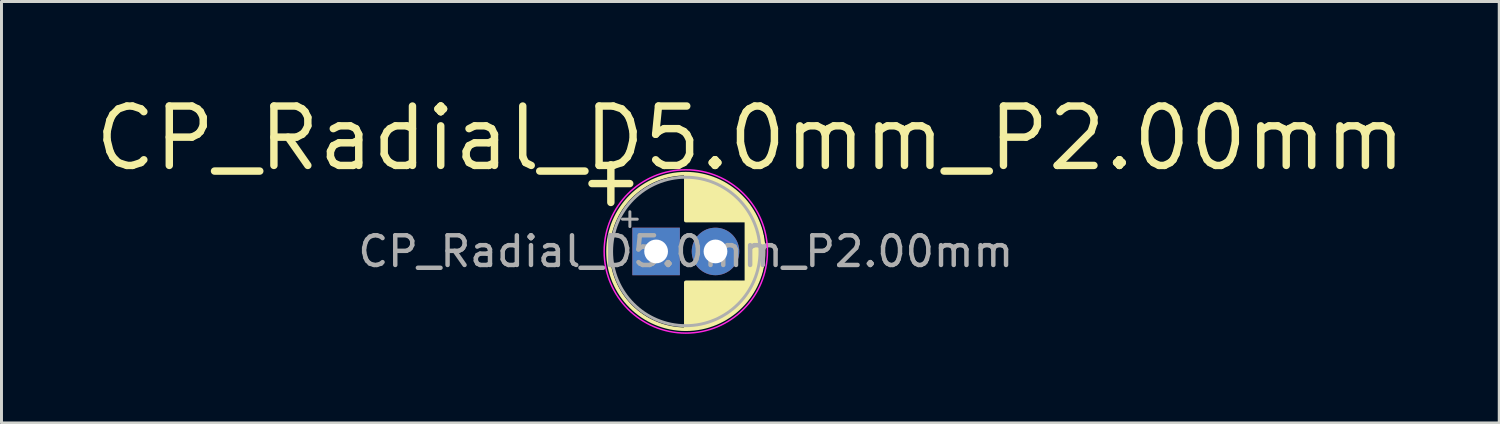
<source format=kicad_pcb>
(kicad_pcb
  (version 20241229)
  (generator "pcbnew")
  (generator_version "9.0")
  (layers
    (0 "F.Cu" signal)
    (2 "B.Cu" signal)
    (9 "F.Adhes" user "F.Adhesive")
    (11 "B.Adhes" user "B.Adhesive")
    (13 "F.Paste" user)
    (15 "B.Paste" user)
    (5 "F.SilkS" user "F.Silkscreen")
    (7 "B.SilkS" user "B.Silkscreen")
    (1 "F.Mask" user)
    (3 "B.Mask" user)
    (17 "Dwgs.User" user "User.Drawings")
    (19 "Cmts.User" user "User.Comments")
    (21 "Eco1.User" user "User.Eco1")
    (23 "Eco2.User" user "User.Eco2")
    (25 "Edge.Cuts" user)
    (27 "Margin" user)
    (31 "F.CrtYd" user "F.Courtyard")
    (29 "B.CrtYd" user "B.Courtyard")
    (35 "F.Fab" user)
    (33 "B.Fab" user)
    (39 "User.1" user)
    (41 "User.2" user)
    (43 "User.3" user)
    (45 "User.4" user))
  (footprint "CP_Radial_D5.0mm_P2.00mm"
    (layer "F.Cu")
    (at 19.048 5.419)
    (property "Reference" "CP_Radial_D5.0mm_P2.00mm" (at 3.175 -3.81 0) (layer "F.SilkS") (effects (font (size 2 2) (thickness 0.25))))
    (attr through_hole)
    (fp_line (start -1.524 -2.921) (end -1.524 -1.651) (stroke (width 0.25) (type solid)) (layer "F.SilkS"))
    (fp_line (start -0.889 -2.286) (end -2.159 -2.286) (stroke (width 0.25) (type solid)) (layer "F.SilkS"))
    (fp_line (start 1 -2.58) (end 1 -1.04) (stroke (width 0.12) (type solid)) (layer "F.SilkS"))
    (fp_line (start 1 1.04) (end 1 2.58) (stroke (width 0.12) (type solid)) (layer "F.SilkS"))
    (fp_line (start 1.04 -2.58) (end 1.04 -1.04) (stroke (width 0.12) (type solid)) (layer "F.SilkS"))
    (fp_line (start 1.04 1.04) (end 1.04 2.58) (stroke (width 0.12) (type solid)) (layer "F.SilkS"))
    (fp_line (start 1.08 -2.579) (end 1.08 -1.04) (stroke (width 0.12) (type solid)) (layer "F.SilkS"))
    (fp_line (start 1.08 1.04) (end 1.08 2.579) (stroke (width 0.12) (type solid)) (layer "F.SilkS"))
    (fp_line (start 1.12 -2.578) (end 1.12 -1.04) (stroke (width 0.12) (type solid)) (layer "F.SilkS"))
    (fp_line (start 1.12 1.04) (end 1.12 2.578) (stroke (width 0.12) (type solid)) (layer "F.SilkS"))
    (fp_line (start 1.16 -2.576) (end 1.16 -1.04) (stroke (width 0.12) (type solid)) (layer "F.SilkS"))
    (fp_line (start 1.16 1.04) (end 1.16 2.576) (stroke (width 0.12) (type solid)) (layer "F.SilkS"))
    (fp_line (start 1.2 -2.573) (end 1.2 -1.04) (stroke (width 0.12) (type solid)) (layer "F.SilkS"))
    (fp_line (start 1.2 1.04) (end 1.2 2.573) (stroke (width 0.12) (type solid)) (layer "F.SilkS"))
    (fp_line (start 1.24 -2.569) (end 1.24 -1.04) (stroke (width 0.12) (type solid)) (layer "F.SilkS"))
    (fp_line (start 1.24 1.04) (end 1.24 2.569) (stroke (width 0.12) (type solid)) (layer "F.SilkS"))
    (fp_line (start 1.28 -2.565) (end 1.28 -1.04) (stroke (width 0.12) (type solid)) (layer "F.SilkS"))
    (fp_line (start 1.28 1.04) (end 1.28 2.565) (stroke (width 0.12) (type solid)) (layer "F.SilkS"))
    (fp_line (start 1.32 -2.561) (end 1.32 -1.04) (stroke (width 0.12) (type solid)) (layer "F.SilkS"))
    (fp_line (start 1.32 1.04) (end 1.32 2.561) (stroke (width 0.12) (type solid)) (layer "F.SilkS"))
    (fp_line (start 1.36 -2.556) (end 1.36 -1.04) (stroke (width 0.12) (type solid)) (layer "F.SilkS"))
    (fp_line (start 1.36 1.04) (end 1.36 2.556) (stroke (width 0.12) (type solid)) (layer "F.SilkS"))
    (fp_line (start 1.4 -2.55) (end 1.4 -1.04) (stroke (width 0.12) (type solid)) (layer "F.SilkS"))
    (fp_line (start 1.4 1.04) (end 1.4 2.55) (stroke (width 0.12) (type solid)) (layer "F.SilkS"))
    (fp_line (start 1.44 -2.543) (end 1.44 -1.04) (stroke (width 0.12) (type solid)) (layer "F.SilkS"))
    (fp_line (start 1.44 1.04) (end 1.44 2.543) (stroke (width 0.12) (type solid)) (layer "F.SilkS"))
    (fp_line (start 1.48 -2.536) (end 1.48 -1.04) (stroke (width 0.12) (type solid)) (layer "F.SilkS"))
    (fp_line (start 1.48 1.04) (end 1.48 2.536) (stroke (width 0.12) (type solid)) (layer "F.SilkS"))
    (fp_line (start 1.52 -2.528) (end 1.52 -1.04) (stroke (width 0.12) (type solid)) (layer "F.SilkS"))
    (fp_line (start 1.52 1.04) (end 1.52 2.528) (stroke (width 0.12) (type solid)) (layer "F.SilkS"))
    (fp_line (start 1.56 -2.52) (end 1.56 -1.04) (stroke (width 0.12) (type solid)) (layer "F.SilkS"))
    (fp_line (start 1.56 1.04) (end 1.56 2.52) (stroke (width 0.12) (type solid)) (layer "F.SilkS"))
    (fp_line (start 1.6 -2.511) (end 1.6 -1.04) (stroke (width 0.12) (type solid)) (layer "F.SilkS"))
    (fp_line (start 1.6 1.04) (end 1.6 2.511) (stroke (width 0.12) (type solid)) (layer "F.SilkS"))
    (fp_line (start 1.64 -2.501) (end 1.64 -1.04) (stroke (width 0.12) (type solid)) (layer "F.SilkS"))
    (fp_line (start 1.64 1.04) (end 1.64 2.501) (stroke (width 0.12) (type solid)) (layer "F.SilkS"))
    (fp_line (start 1.68 -2.491) (end 1.68 -1.04) (stroke (width 0.12) (type solid)) (layer "F.SilkS"))
    (fp_line (start 1.68 1.04) (end 1.68 2.491) (stroke (width 0.12) (type solid)) (layer "F.SilkS"))
    (fp_line (start 1.721 -2.48) (end 1.721 -1.04) (stroke (width 0.12) (type solid)) (layer "F.SilkS"))
    (fp_line (start 1.721 1.04) (end 1.721 2.48) (stroke (width 0.12) (type solid)) (layer "F.SilkS"))
    (fp_line (start 1.761 -2.468) (end 1.761 -1.04) (stroke (width 0.12) (type solid)) (layer "F.SilkS"))
    (fp_line (start 1.761 1.04) (end 1.761 2.468) (stroke (width 0.12) (type solid)) (layer "F.SilkS"))
    (fp_line (start 1.801 -2.455) (end 1.801 -1.04) (stroke (width 0.12) (type solid)) (layer "F.SilkS"))
    (fp_line (start 1.801 1.04) (end 1.801 2.455) (stroke (width 0.12) (type solid)) (layer "F.SilkS"))
    (fp_line (start 1.841 -2.442) (end 1.841 -1.04) (stroke (width 0.12) (type solid)) (layer "F.SilkS"))
    (fp_line (start 1.841 1.04) (end 1.841 2.442) (stroke (width 0.12) (type solid)) (layer "F.SilkS"))
    (fp_line (start 1.881 -2.428) (end 1.881 -1.04) (stroke (width 0.12) (type solid)) (layer "F.SilkS"))
    (fp_line (start 1.881 1.04) (end 1.881 2.428) (stroke (width 0.12) (type solid)) (layer "F.SilkS"))
    (fp_line (start 1.921 -2.414) (end 1.921 -1.04) (stroke (width 0.12) (type solid)) (layer "F.SilkS"))
    (fp_line (start 1.921 1.04) (end 1.921 2.414) (stroke (width 0.12) (type solid)) (layer "F.SilkS"))
    (fp_line (start 1.961 -2.398) (end 1.961 -1.04) (stroke (width 0.12) (type solid)) (layer "F.SilkS"))
    (fp_line (start 1.961 1.04) (end 1.961 2.398) (stroke (width 0.12) (type solid)) (layer "F.SilkS"))
    (fp_line (start 2.001 -2.382) (end 2.001 -1.04) (stroke (width 0.12) (type solid)) (layer "F.SilkS"))
    (fp_line (start 2.001 1.04) (end 2.001 2.382) (stroke (width 0.12) (type solid)) (layer "F.SilkS"))
    (fp_line (start 2.041 -2.365) (end 2.041 -1.04) (stroke (width 0.12) (type solid)) (layer "F.SilkS"))
    (fp_line (start 2.041 1.04) (end 2.041 2.365) (stroke (width 0.12) (type solid)) (layer "F.SilkS"))
    (fp_line (start 2.081 -2.348) (end 2.081 -1.04) (stroke (width 0.12) (type solid)) (layer "F.SilkS"))
    (fp_line (start 2.081 1.04) (end 2.081 2.348) (stroke (width 0.12) (type solid)) (layer "F.SilkS"))
    (fp_line (start 2.121 -2.329) (end 2.121 -1.04) (stroke (width 0.12) (type solid)) (layer "F.SilkS"))
    (fp_line (start 2.121 1.04) (end 2.121 2.329) (stroke (width 0.12) (type solid)) (layer "F.SilkS"))
    (fp_line (start 2.161 -2.31) (end 2.161 -1.04) (stroke (width 0.12) (type solid)) (layer "F.SilkS"))
    (fp_line (start 2.161 1.04) (end 2.161 2.31) (stroke (width 0.12) (type solid)) (layer "F.SilkS"))
    (fp_line (start 2.201 -2.29) (end 2.201 -1.04) (stroke (width 0.12) (type solid)) (layer "F.SilkS"))
    (fp_line (start 2.201 1.04) (end 2.201 2.29) (stroke (width 0.12) (type solid)) (layer "F.SilkS"))
    (fp_line (start 2.241 -2.268) (end 2.241 -1.04) (stroke (width 0.12) (type solid)) (layer "F.SilkS"))
    (fp_line (start 2.241 1.04) (end 2.241 2.268) (stroke (width 0.12) (type solid)) (layer "F.SilkS"))
    (fp_line (start 2.281 -2.247) (end 2.281 -1.04) (stroke (width 0.12) (type solid)) (layer "F.SilkS"))
    (fp_line (start 2.281 1.04) (end 2.281 2.247) (stroke (width 0.12) (type solid)) (layer "F.SilkS"))
    (fp_line (start 2.321 -2.224) (end 2.321 -1.04) (stroke (width 0.12) (type solid)) (layer "F.SilkS"))
    (fp_line (start 2.321 1.04) (end 2.321 2.224) (stroke (width 0.12) (type solid)) (layer "F.SilkS"))
    (fp_line (start 2.361 -2.2) (end 2.361 -1.04) (stroke (width 0.12) (type solid)) (layer "F.SilkS"))
    (fp_line (start 2.361 1.04) (end 2.361 2.2) (stroke (width 0.12) (type solid)) (layer "F.SilkS"))
    (fp_line (start 2.401 -2.175) (end 2.401 -1.04) (stroke (width 0.12) (type solid)) (layer "F.SilkS"))
    (fp_line (start 2.401 1.04) (end 2.401 2.175) (stroke (width 0.12) (type solid)) (layer "F.SilkS"))
    (fp_line (start 2.441 -2.149) (end 2.441 -1.04) (stroke (width 0.12) (type solid)) (layer "F.SilkS"))
    (fp_line (start 2.441 1.04) (end 2.441 2.149) (stroke (width 0.12) (type solid)) (layer "F.SilkS"))
    (fp_line (start 2.481 -2.122) (end 2.481 -1.04) (stroke (width 0.12) (type solid)) (layer "F.SilkS"))
    (fp_line (start 2.481 1.04) (end 2.481 2.122) (stroke (width 0.12) (type solid)) (layer "F.SilkS"))
    (fp_line (start 2.521 -2.095) (end 2.521 -1.04) (stroke (width 0.12) (type solid)) (layer "F.SilkS"))
    (fp_line (start 2.521 1.04) (end 2.521 2.095) (stroke (width 0.12) (type solid)) (layer "F.SilkS"))
    (fp_line (start 2.561 -2.065) (end 2.561 -1.04) (stroke (width 0.12) (type solid)) (layer "F.SilkS"))
    (fp_line (start 2.561 1.04) (end 2.561 2.065) (stroke (width 0.12) (type solid)) (layer "F.SilkS"))
    (fp_line (start 2.601 -2.035) (end 2.601 -1.04) (stroke (width 0.12) (type solid)) (layer "F.SilkS"))
    (fp_line (start 2.601 1.04) (end 2.601 2.035) (stroke (width 0.12) (type solid)) (layer "F.SilkS"))
    (fp_line (start 2.641 -2.004) (end 2.641 -1.04) (stroke (width 0.12) (type solid)) (layer "F.SilkS"))
    (fp_line (start 2.641 1.04) (end 2.641 2.004) (stroke (width 0.12) (type solid)) (layer "F.SilkS"))
    (fp_line (start 2.681 -1.971) (end 2.681 -1.04) (stroke (width 0.12) (type solid)) (layer "F.SilkS"))
    (fp_line (start 2.681 1.04) (end 2.681 1.971) (stroke (width 0.12) (type solid)) (layer "F.SilkS"))
    (fp_line (start 2.721 -1.937) (end 2.721 -1.04) (stroke (width 0.12) (type solid)) (layer "F.SilkS"))
    (fp_line (start 2.721 1.04) (end 2.721 1.937) (stroke (width 0.12) (type solid)) (layer "F.SilkS"))
    (fp_line (start 2.761 -1.901) (end 2.761 -1.04) (stroke (width 0.12) (type solid)) (layer "F.SilkS"))
    (fp_line (start 2.761 1.04) (end 2.761 1.901) (stroke (width 0.12) (type solid)) (layer "F.SilkS"))
    (fp_line (start 2.801 -1.864) (end 2.801 -1.04) (stroke (width 0.12) (type solid)) (layer "F.SilkS"))
    (fp_line (start 2.801 1.04) (end 2.801 1.864) (stroke (width 0.12) (type solid)) (layer "F.SilkS"))
    (fp_line (start 2.841 -1.826) (end 2.841 -1.04) (stroke (width 0.12) (type solid)) (layer "F.SilkS"))
    (fp_line (start 2.841 1.04) (end 2.841 1.826) (stroke (width 0.12) (type solid)) (layer "F.SilkS"))
    (fp_line (start 2.881 -1.785) (end 2.881 -1.04) (stroke (width 0.12) (type solid)) (layer "F.SilkS"))
    (fp_line (start 2.881 1.04) (end 2.881 1.785) (stroke (width 0.12) (type solid)) (layer "F.SilkS"))
    (fp_line (start 2.921 -1.743) (end 2.921 -1.04) (stroke (width 0.12) (type solid)) (layer "F.SilkS"))
    (fp_line (start 2.921 1.04) (end 2.921 1.743) (stroke (width 0.12) (type solid)) (layer "F.SilkS"))
    (fp_line (start 2.961 -1.699) (end 2.961 -1.04) (stroke (width 0.12) (type solid)) (layer "F.SilkS"))
    (fp_line (start 2.961 1.04) (end 2.961 1.699) (stroke (width 0.12) (type solid)) (layer "F.SilkS"))
    (fp_line (start 3.001 -1.653) (end 3.001 -1.04) (stroke (width 0.12) (type solid)) (layer "F.SilkS"))
    (fp_line (start 3.001 1.04) (end 3.001 1.653) (stroke (width 0.12) (type solid)) (layer "F.SilkS"))
    (fp_line (start 3.041 -1.605) (end 3.041 1.605) (stroke (width 0.12) (type solid)) (layer "F.SilkS"))
    (fp_line (start 3.081 -1.554) (end 3.081 1.554) (stroke (width 0.12) (type solid)) (layer "F.SilkS"))
    (fp_line (start 3.121 -1.5) (end 3.121 1.5) (stroke (width 0.12) (type solid)) (layer "F.SilkS"))
    (fp_line (start 3.161 -1.443) (end 3.161 1.443) (stroke (width 0.12) (type solid)) (layer "F.SilkS"))
    (fp_line (start 3.201 -1.383) (end 3.201 1.383) (stroke (width 0.12) (type solid)) (layer "F.SilkS"))
    (fp_line (start 3.241 -1.319) (end 3.241 1.319) (stroke (width 0.12) (type solid)) (layer "F.SilkS"))
    (fp_line (start 3.281 -1.251) (end 3.281 1.251) (stroke (width 0.12) (type solid)) (layer "F.SilkS"))
    (fp_line (start 3.321 -1.178) (end 3.321 1.178) (stroke (width 0.12) (type solid)) (layer "F.SilkS"))
    (fp_line (start 3.361 -1.098) (end 3.361 1.098) (stroke (width 0.12) (type solid)) (layer "F.SilkS"))
    (fp_line (start 3.401 -1.011) (end 3.401 1.011) (stroke (width 0.12) (type solid)) (layer "F.SilkS"))
    (fp_line (start 3.441 -0.915) (end 3.441 0.915) (stroke (width 0.12) (type solid)) (layer "F.SilkS"))
    (fp_line (start 3.481 -0.805) (end 3.481 0.805) (stroke (width 0.12) (type solid)) (layer "F.SilkS"))
    (fp_line (start 3.521 -0.677) (end 3.521 0.677) (stroke (width 0.12) (type solid)) (layer "F.SilkS"))
    (fp_line (start 3.561 -0.518) (end 3.561 0.518) (stroke (width 0.12) (type solid)) (layer "F.SilkS"))
    (fp_line (start 3.601 -0.284) (end 3.601 0.284) (stroke (width 0.12) (type solid)) (layer "F.SilkS"))
    (fp_circle (center 1 0) (end 3.62 0) (stroke (width 0.12) (type solid)) (fill no) (layer "F.SilkS"))
    (fp_circle (center 1 0) (end 3.75 0) (stroke (width 0.05) (type solid)) (fill no) (layer "F.CrtYd"))
    (fp_line (start -1.134 -1.087) (end -0.634 -1.087) (stroke (width 0.1) (type solid)) (layer "F.Fab"))
    (fp_line (start -0.884 -1.337) (end -0.884 -0.838) (stroke (width 0.1) (type solid)) (layer "F.Fab"))
    (fp_circle (center 1 0) (end 3.5 0) (stroke (width 0.1) (type solid)) (fill no) (layer "F.Fab"))
    (fp_text user "${REFERENCE}" (at 1 0 0) (layer "F.Fab") (effects (font (size 1 1) (thickness 0.15))))
    (pad "1" thru_hole rect (at 0 0) (size 1.6 1.6) (drill 0.8) (layers "*.Cu" "*.Mask"))
    (pad "2" thru_hole circle (at 2 0) (size 1.6 1.6) (drill 0.8) (layers "*.Cu" "*.Mask")))
  (gr_rect
    (start -3 -3)
    (end 47.445 11.194)
    (stroke (width 0.1) (type default))
    (fill no)
    (layer "Edge.Cuts")))
</source>
